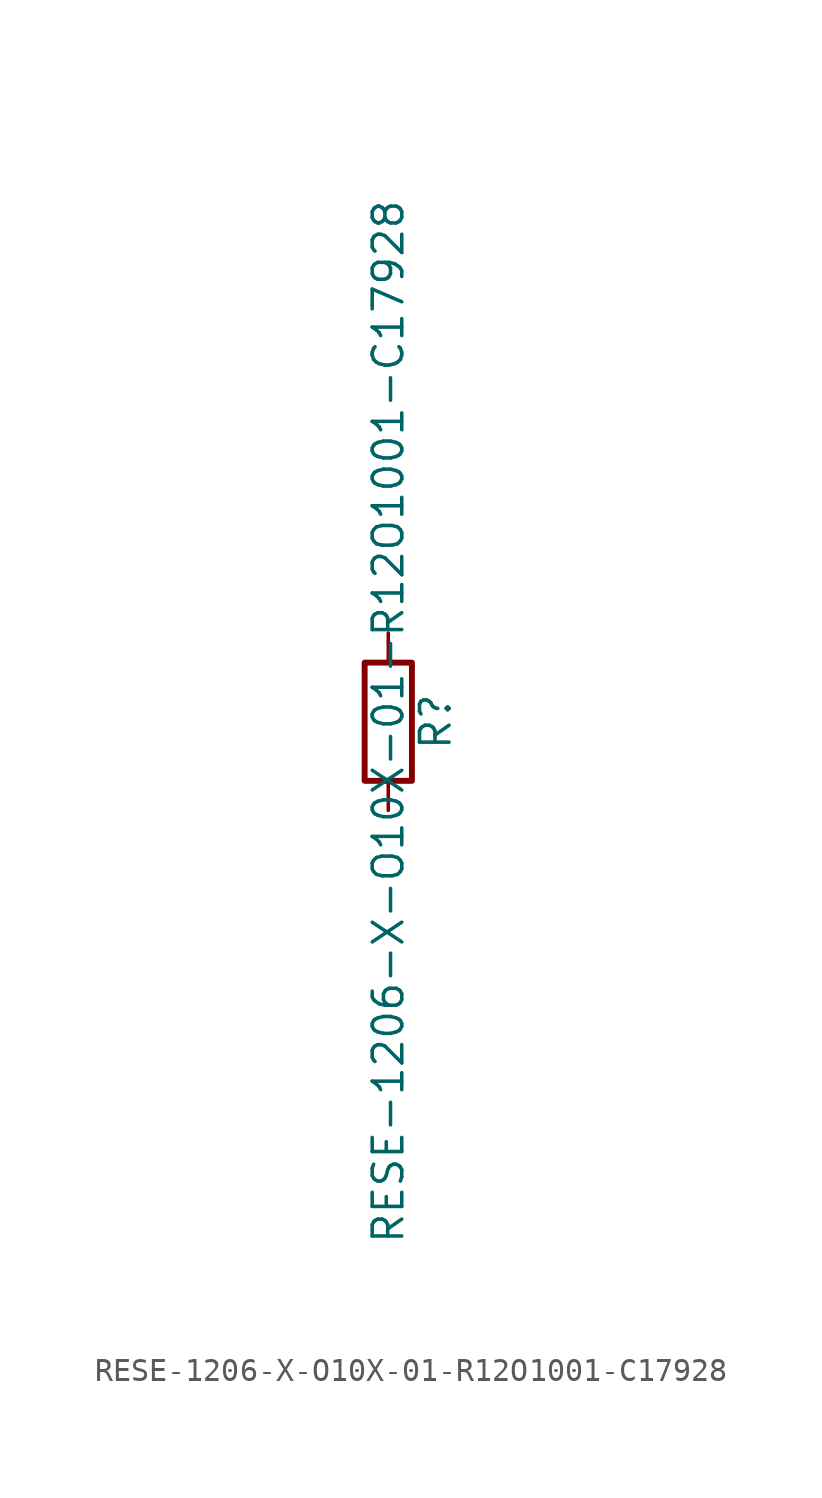
<source format=kicad_sym>
(kicad_symbol_lib
  (version 20211014)
  (generator kicad_symbol_editor)
  (symbol "RESE-1206-X-O10X-01-R12O1001-C17928"
    (pin_numbers hide)
    (pin_names
      (offset 0))
    (property "Reference" "R"
      (at 2.032 0 90)
      (effects (font (size 1.27 1.27))))
    (property "Value" "RESE-1206-X-O10X-01-R12O1001-C17928"
      (at 0 0 90)
      (effects (font (size 1.27 1.27))))
    (symbol "RESE-1206-X-O10X-01-R12O1001-C17928_0_1"
      (rectangle (start -1.016 -2.54) (end 1.016 2.54) (stroke (width 0.254) (type default) (color 0 0 0 0)) (fill (type none))))
    (symbol "RESE-1206-X-O10X-01-R12O1001-C17928_1_1"
      (pin passive line (at 0 3.81 270) (length 1.27) (name "~" (effects (font (size 1.27 1.27)))) (number "1" (effects (font (size 1.27 1.27)))))
      (pin passive line (at 0 -3.81 90) (length 1.27) (name "~" (effects (font (size 1.27 1.27)))) (number "2" (effects (font (size 1.27 1.27))))))))
</source>
